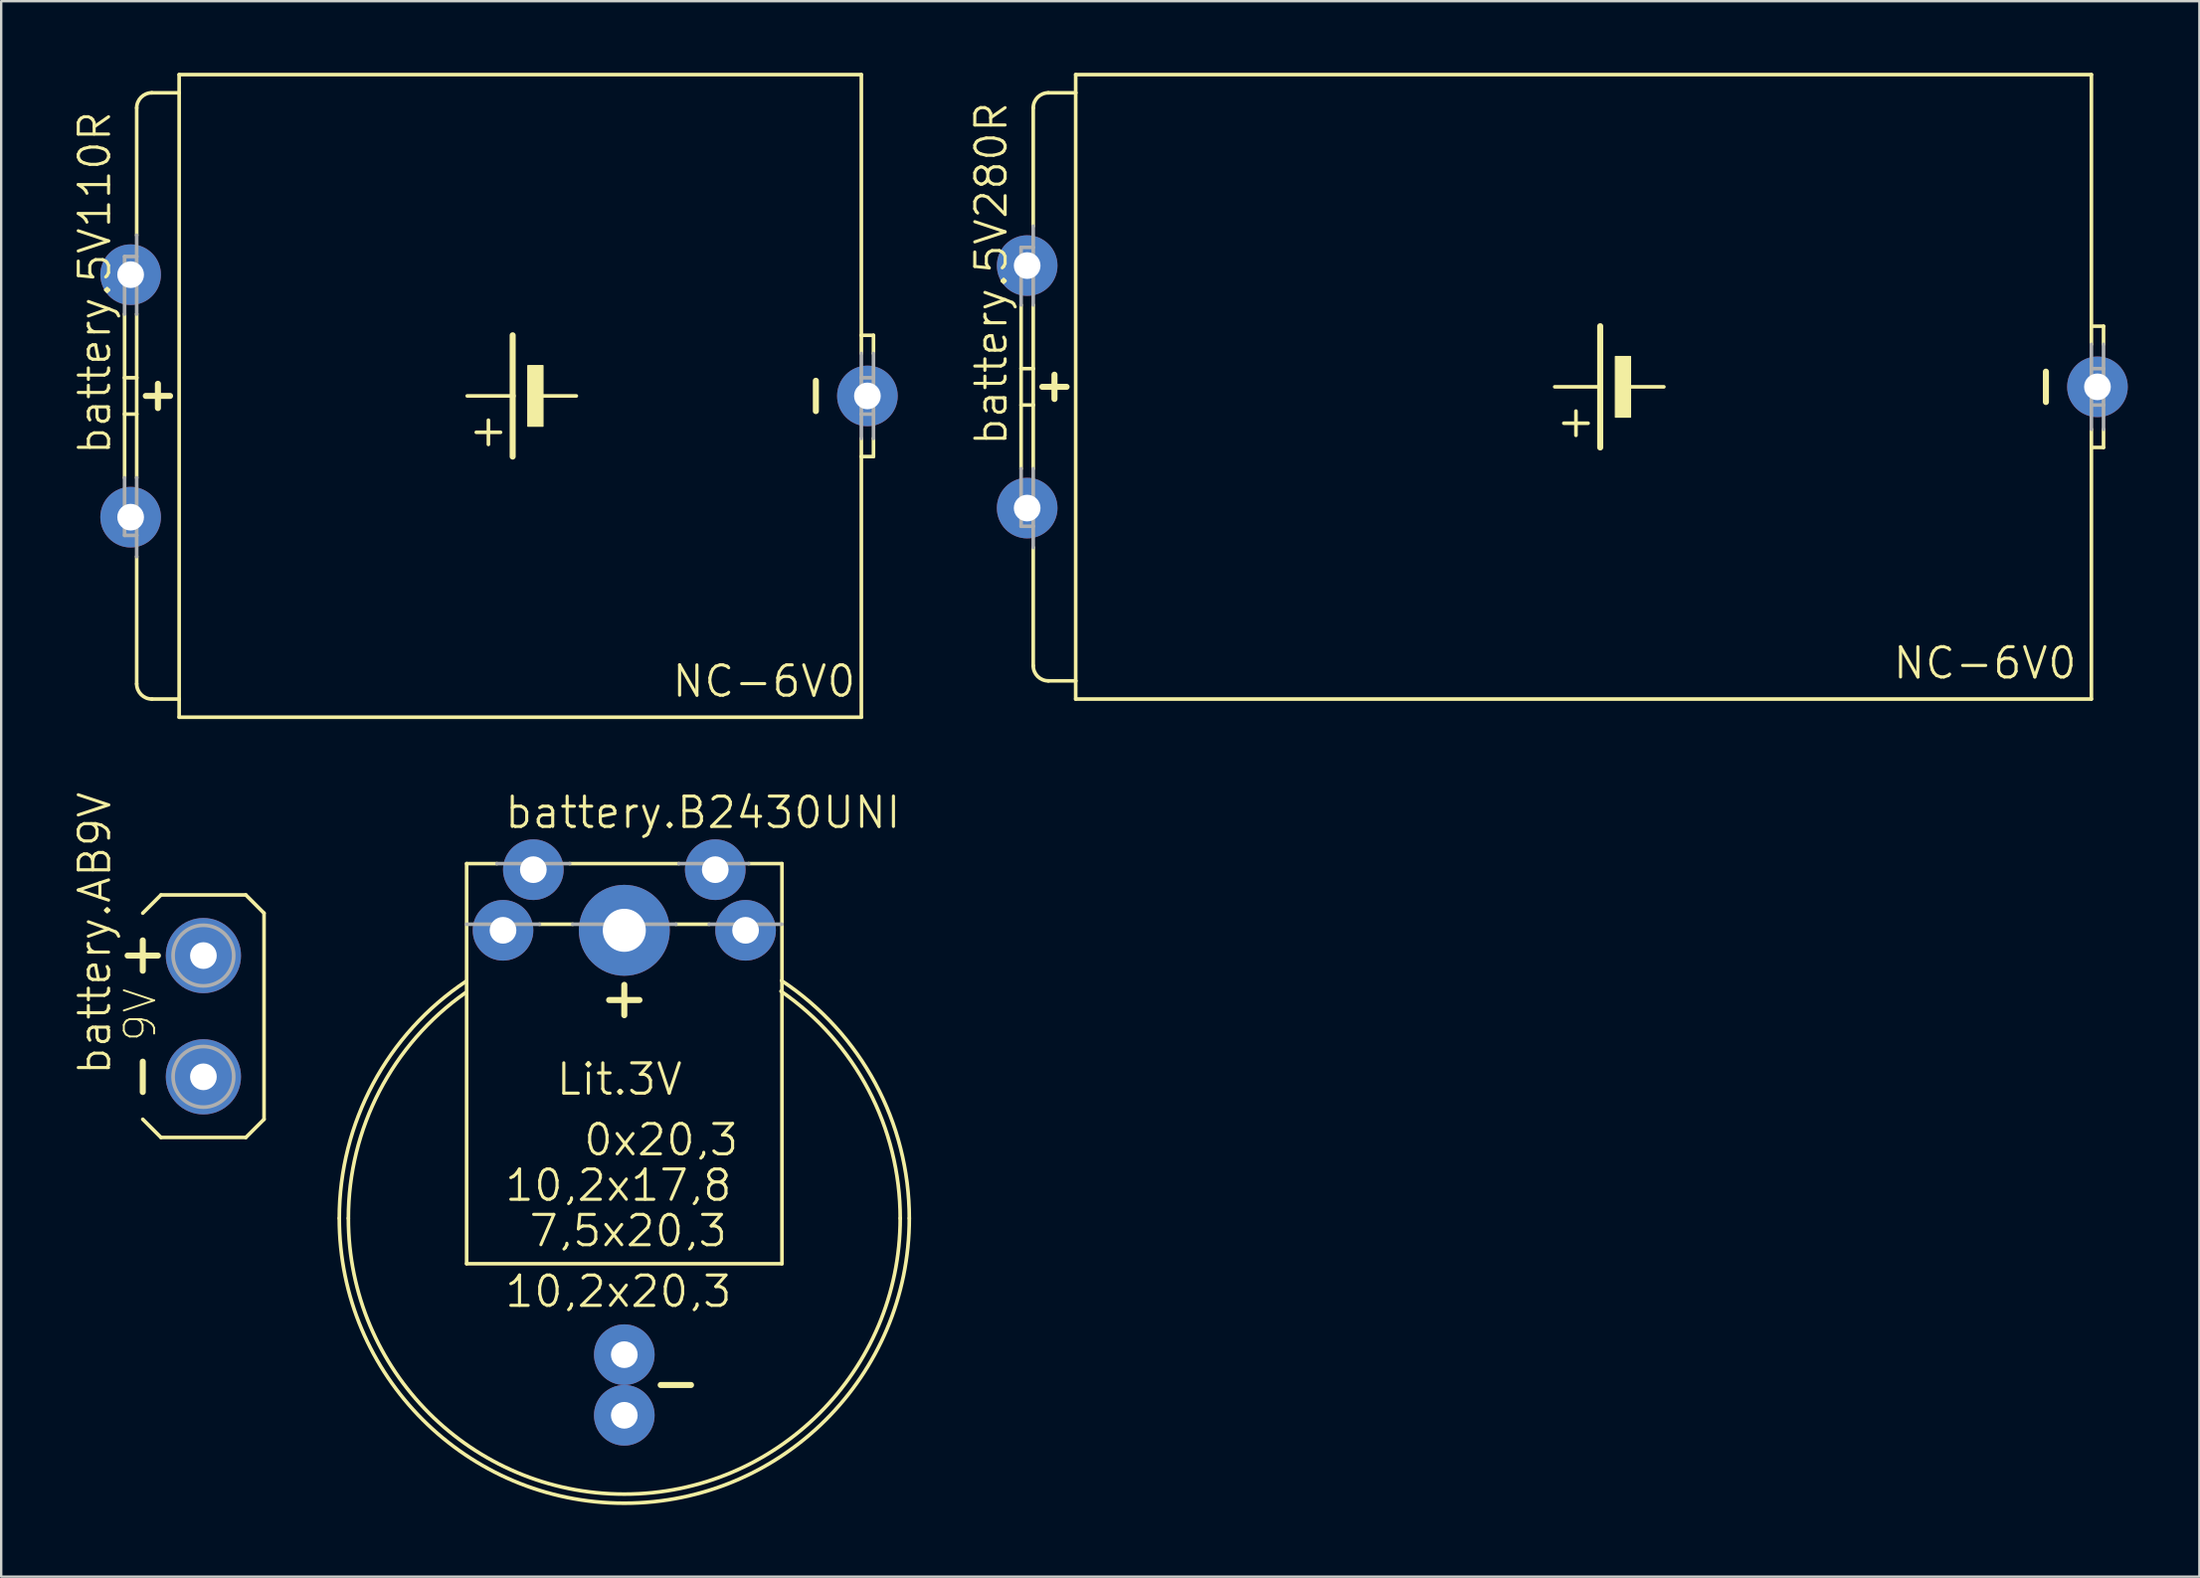
<source format=kicad_pcb>
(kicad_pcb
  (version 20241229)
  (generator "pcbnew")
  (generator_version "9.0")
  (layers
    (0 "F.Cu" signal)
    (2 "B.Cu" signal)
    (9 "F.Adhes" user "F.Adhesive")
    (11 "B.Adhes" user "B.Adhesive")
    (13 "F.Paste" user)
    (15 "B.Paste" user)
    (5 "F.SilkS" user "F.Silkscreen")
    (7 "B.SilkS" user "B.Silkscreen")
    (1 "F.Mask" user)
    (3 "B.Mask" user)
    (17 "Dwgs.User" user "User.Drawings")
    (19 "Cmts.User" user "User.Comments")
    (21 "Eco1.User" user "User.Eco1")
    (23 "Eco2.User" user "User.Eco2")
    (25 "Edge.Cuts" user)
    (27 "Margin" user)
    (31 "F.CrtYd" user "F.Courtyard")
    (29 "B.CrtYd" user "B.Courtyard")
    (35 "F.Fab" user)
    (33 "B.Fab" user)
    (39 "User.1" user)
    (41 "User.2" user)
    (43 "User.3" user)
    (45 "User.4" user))
  (footprint "battery.5V110R"
    (layer "F.Cu")
    (at 17.662 13.538)
    (property "Reference" "battery.5V110R" (at -16.002 2.54 90) (layer "F.SilkS") (effects (font (size 1.27 1.27) (thickness 0.13)) (justify left bottom)))
    (attr through_hole)
    (fp_line (start -15.494 -0.762) (end -15.494 -3.429) (stroke (width 0.152) (type default)) (layer "F.SilkS"))
    (fp_line (start -15.494 0.762) (end -15.494 -0.762) (stroke (width 0.152) (type default)) (layer "F.SilkS"))
    (fp_line (start -15.494 3.429) (end -15.494 0.762) (stroke (width 0.152) (type default)) (layer "F.SilkS"))
    (fp_line (start -14.986 -6.731) (end -14.986 -12.065) (stroke (width 0.152) (type default)) (layer "F.SilkS"))
    (fp_line (start -14.986 -0.762) (end -15.494 -0.762) (stroke (width 0.152) (type default)) (layer "F.SilkS"))
    (fp_line (start -14.986 -0.762) (end -14.986 -3.429) (stroke (width 0.152) (type default)) (layer "F.SilkS"))
    (fp_line (start -14.986 0.762) (end -15.494 0.762) (stroke (width 0.152) (type default)) (layer "F.SilkS"))
    (fp_line (start -14.986 0.762) (end -14.986 -0.762) (stroke (width 0.152) (type default)) (layer "F.SilkS"))
    (fp_line (start -14.986 3.429) (end -14.986 0.762) (stroke (width 0.152) (type default)) (layer "F.SilkS"))
    (fp_line (start -14.986 12.065) (end -14.986 6.731) (stroke (width 0.152) (type default)) (layer "F.SilkS"))
    (fp_line (start -14.605 0) (end -13.589 0) (stroke (width 0.254) (type default)) (layer "F.SilkS"))
    (fp_line (start -14.351 12.7) (end -13.208 12.7) (stroke (width 0.152) (type default)) (layer "F.SilkS"))
    (fp_line (start -14.097 -0.508) (end -14.097 0.508) (stroke (width 0.254) (type default)) (layer "F.SilkS"))
    (fp_line (start -13.208 -13.462) (end -13.208 -12.7) (stroke (width 0.152) (type default)) (layer "F.SilkS"))
    (fp_line (start -13.208 -13.462) (end 15.367 -13.462) (stroke (width 0.152) (type default)) (layer "F.SilkS"))
    (fp_line (start -13.208 -12.7) (end -14.351 -12.7) (stroke (width 0.152) (type default)) (layer "F.SilkS"))
    (fp_line (start -13.208 -12.7) (end -13.208 12.7) (stroke (width 0.152) (type default)) (layer "F.SilkS"))
    (fp_line (start -13.208 12.7) (end -13.208 13.462) (stroke (width 0.152) (type default)) (layer "F.SilkS"))
    (fp_line (start -13.208 13.462) (end 15.367 13.462) (stroke (width 0.152) (type default)) (layer "F.SilkS"))
    (fp_line (start -0.254 2.032) (end -0.254 1.016) (stroke (width 0.152) (type default)) (layer "F.SilkS"))
    (fp_line (start 0.254 1.524) (end -0.762 1.524) (stroke (width 0.152) (type default)) (layer "F.SilkS"))
    (fp_line (start 0.762 0) (end -1.143 0) (stroke (width 0.152) (type default)) (layer "F.SilkS"))
    (fp_line (start 0.762 0) (end 0.762 -2.54) (stroke (width 0.254) (type default)) (layer "F.SilkS"))
    (fp_line (start 0.762 2.54) (end 0.762 0) (stroke (width 0.254) (type default)) (layer "F.SilkS"))
    (fp_line (start 3.429 0) (end 2.032 0) (stroke (width 0.152) (type default)) (layer "F.SilkS"))
    (fp_line (start 13.462 -0.635) (end 13.462 0.635) (stroke (width 0.254) (type default)) (layer "F.SilkS"))
    (fp_line (start 15.367 -2.54) (end 15.367 -13.462) (stroke (width 0.152) (type default)) (layer "F.SilkS"))
    (fp_line (start 15.367 -1.778) (end 15.367 -2.54) (stroke (width 0.152) (type default)) (layer "F.SilkS"))
    (fp_line (start 15.367 2.54) (end 15.367 1.778) (stroke (width 0.152) (type default)) (layer "F.SilkS"))
    (fp_line (start 15.367 13.462) (end 15.367 2.54) (stroke (width 0.152) (type default)) (layer "F.SilkS"))
    (fp_line (start 15.875 -2.54) (end 15.367 -2.54) (stroke (width 0.152) (type default)) (layer "F.SilkS"))
    (fp_line (start 15.875 -1.778) (end 15.875 -2.54) (stroke (width 0.152) (type default)) (layer "F.SilkS"))
    (fp_line (start 15.875 1.778) (end 15.875 2.54) (stroke (width 0.152) (type default)) (layer "F.SilkS"))
    (fp_line (start 15.875 2.54) (end 15.367 2.54) (stroke (width 0.152) (type default)) (layer "F.SilkS"))
    (fp_rect (start 1.397 1.27) (end 2.032 -1.27) (stroke (width 0.05) (type default)) (fill yes) (layer "F.SilkS"))
    (fp_arc (start -14.986 -12.065) (mid -14.800013 -12.514013) (end -14.351 -12.7) (stroke (width 0.1524) (type default)) (layer "F.SilkS"))
    (fp_arc (start -14.351 12.7) (mid -14.800013 12.514013) (end -14.986 12.065) (stroke (width 0.1524) (type default)) (layer "F.SilkS"))
    (fp_line (start -15.494 -3.429) (end -15.494 -5.842) (stroke (width 0.152) (type default)) (layer "F.Fab"))
    (fp_line (start -15.494 5.842) (end -15.494 3.429) (stroke (width 0.152) (type default)) (layer "F.Fab"))
    (fp_line (start -14.986 -5.842) (end -15.494 -5.842) (stroke (width 0.152) (type default)) (layer "F.Fab"))
    (fp_line (start -14.986 -5.842) (end -14.986 -6.731) (stroke (width 0.152) (type default)) (layer "F.Fab"))
    (fp_line (start -14.986 -3.429) (end -14.986 -5.842) (stroke (width 0.152) (type default)) (layer "F.Fab"))
    (fp_line (start -14.986 5.842) (end -15.494 5.842) (stroke (width 0.152) (type default)) (layer "F.Fab"))
    (fp_line (start -14.986 5.842) (end -14.986 3.429) (stroke (width 0.152) (type default)) (layer "F.Fab"))
    (fp_line (start -14.986 6.731) (end -14.986 5.842) (stroke (width 0.152) (type default)) (layer "F.Fab"))
    (fp_line (start 15.367 -0.762) (end 15.367 -1.778) (stroke (width 0.152) (type default)) (layer "F.Fab"))
    (fp_line (start 15.367 0.762) (end 15.367 -0.762) (stroke (width 0.152) (type default)) (layer "F.Fab"))
    (fp_line (start 15.367 1.778) (end 15.367 0.762) (stroke (width 0.152) (type default)) (layer "F.Fab"))
    (fp_line (start 15.875 -0.762) (end 15.367 -0.762) (stroke (width 0.152) (type default)) (layer "F.Fab"))
    (fp_line (start 15.875 -0.762) (end 15.875 -1.778) (stroke (width 0.152) (type default)) (layer "F.Fab"))
    (fp_line (start 15.875 0.762) (end 15.367 0.762) (stroke (width 0.152) (type default)) (layer "F.Fab"))
    (fp_line (start 15.875 0.762) (end 15.875 -0.762) (stroke (width 0.152) (type default)) (layer "F.Fab"))
    (fp_line (start 15.875 1.778) (end 15.875 0.762) (stroke (width 0.152) (type default)) (layer "F.Fab"))
    (fp_text user "NC-6V0" (at 7.366 12.7 0) (layer "F.SilkS") (effects (font (size 1.27 1.27) (thickness 0.13)) (justify left bottom)))
    (pad "+" thru_hole circle (at -15.24 5.08) (size 2.54 2.54) (drill 1.118) (layers "*.Cu" "*.Mask"))
    (pad "+@1" thru_hole circle (at -15.24 -5.08) (size 2.54 2.54) (drill 1.118) (layers "*.Cu" "*.Mask"))
    (pad "-" thru_hole circle (at 15.621 0) (size 2.54 2.54) (drill 1.118) (layers "*.Cu" "*.Mask")))
  (footprint "battery.AB9V"
    (layer "F.Cu")
    (at 5.47 39.526)
    (property "Reference" "battery.AB9V" (at -3.81 2.54 90) (layer "F.SilkS") (effects (font (size 1.27 1.27) (thickness 0.13)) (justify left bottom)))
    (attr through_hole)
    (fp_line (start -2.54 -4.318) (end -1.778 -5.08) (stroke (width 0.152) (type default)) (layer "F.SilkS"))
    (fp_line (start -2.54 -1.905) (end -2.54 -3.175) (stroke (width 0.254) (type default)) (layer "F.SilkS"))
    (fp_line (start -2.54 3.175) (end -2.54 1.905) (stroke (width 0.254) (type default)) (layer "F.SilkS"))
    (fp_line (start -2.54 4.318) (end -1.778 5.08) (stroke (width 0.152) (type default)) (layer "F.SilkS"))
    (fp_line (start -1.905 -2.54) (end -3.175 -2.54) (stroke (width 0.254) (type default)) (layer "F.SilkS"))
    (fp_line (start -1.778 -5.08) (end 1.778 -5.08) (stroke (width 0.152) (type default)) (layer "F.SilkS"))
    (fp_line (start 1.778 5.08) (end -1.778 5.08) (stroke (width 0.152) (type default)) (layer "F.SilkS"))
    (fp_line (start 1.778 5.08) (end 2.54 4.318) (stroke (width 0.152) (type default)) (layer "F.SilkS"))
    (fp_line (start 2.54 -4.318) (end 1.778 -5.08) (stroke (width 0.152) (type default)) (layer "F.SilkS"))
    (fp_line (start 2.54 -4.318) (end 2.54 4.318) (stroke (width 0.152) (type default)) (layer "F.SilkS"))
    (fp_circle (center 0 -2.54) (end 1.27 -2.54) (stroke (width 0.152) (type default)) (fill no) (layer "F.Fab"))
    (fp_circle (center 0 2.54) (end 1.27 2.54) (stroke (width 0.152) (type default)) (fill no) (layer "F.Fab"))
    (fp_text user "9V" (at -1.905 1.143 90) (layer "F.SilkS") (effects (font (size 1.27 1.27) (thickness 0.08)) (justify left bottom)))
    (pad "+" thru_hole circle (at 0 -2.54) (size 3.15 3.15) (drill 1.118) (layers "*.Cu" "*.Mask"))
    (pad "-" thru_hole circle (at 0 2.54) (size 3.15 3.15) (drill 1.118) (layers "*.Cu" "*.Mask")))
  (footprint "battery.B2430UNI"
    (layer "F.Cu")
    (at 23.1 47.992)
    (property "Reference" "battery.B2430UNI" (at -5.08 -16.256 0) (layer "F.SilkS") (effects (font (size 1.27 1.27) (thickness 0.13)) (justify left bottom)))
    (attr through_hole)
    (fp_line (start -6.604 -14.859) (end -6.604 1.905) (stroke (width 0.152) (type default)) (layer "F.SilkS"))
    (fp_line (start -6.604 -14.859) (end -5.334 -14.859) (stroke (width 0.152) (type default)) (layer "F.SilkS"))
    (fp_line (start -6.604 1.905) (end 6.604 1.905) (stroke (width 0.152) (type default)) (layer "F.SilkS"))
    (fp_line (start -2.159 -12.319) (end -3.556 -12.319) (stroke (width 0.152) (type default)) (layer "F.SilkS"))
    (fp_line (start -0.635 -9.144) (end 0.635 -9.144) (stroke (width 0.254) (type default)) (layer "F.SilkS"))
    (fp_line (start 0 -9.779) (end 0 -8.509) (stroke (width 0.254) (type default)) (layer "F.SilkS"))
    (fp_line (start 1.524 6.985) (end 2.794 6.985) (stroke (width 0.254) (type default)) (layer "F.SilkS"))
    (fp_line (start 2.286 -14.859) (end -2.286 -14.859) (stroke (width 0.152) (type default)) (layer "F.SilkS"))
    (fp_line (start 3.556 -12.319) (end 2.159 -12.319) (stroke (width 0.152) (type default)) (layer "F.SilkS"))
    (fp_line (start 6.604 -14.859) (end 5.207 -14.859) (stroke (width 0.152) (type default)) (layer "F.SilkS"))
    (fp_line (start 6.604 1.905) (end 6.604 -14.859) (stroke (width 0.152) (type default)) (layer "F.SilkS"))
    (fp_arc (start -11.938 0) (mid -10.525423 -5.633032) (end -6.622 -9.933) (stroke (width 0.1524) (type default)) (layer "F.SilkS"))
    (fp_arc (start -11.557 0) (mid -10.258374 -5.322645) (end -6.6543 -9.4491) (stroke (width 0.1524) (type default)) (layer "F.SilkS"))
    (fp_arc (start 6.5644 -9.5117) (mid 10.233049 -5.371191) (end 11.5571 0) (stroke (width 0.1524) (type default)) (layer "F.SilkS"))
    (fp_arc (start 6.5882 -9.9555) (mid 10.515846 -5.65094) (end 11.938 0) (stroke (width 0.1524) (type default)) (layer "F.SilkS"))
    (fp_arc (start 11.557 0) (mid 0 11.557) (end -11.557 0) (stroke (width 0.1524) (type default)) (layer "F.SilkS"))
    (fp_arc (start 11.938 0) (mid 0 11.938) (end -11.938 0) (stroke (width 0.1524) (type default)) (layer "F.SilkS"))
    (fp_line (start -3.556 -12.319) (end -6.604 -12.319) (stroke (width 0.152) (type default)) (layer "F.Fab"))
    (fp_line (start -2.286 -14.859) (end -5.334 -14.859) (stroke (width 0.152) (type default)) (layer "F.Fab"))
    (fp_line (start 2.159 -12.319) (end -2.159 -12.319) (stroke (width 0.152) (type default)) (layer "F.Fab"))
    (fp_line (start 5.207 -14.859) (end 2.286 -14.859) (stroke (width 0.152) (type default)) (layer "F.Fab"))
    (fp_line (start 6.604 -12.319) (end 3.556 -12.319) (stroke (width 0.152) (type default)) (layer "F.Fab"))
    (fp_text user "10,2x17,8" (at -5.08 -0.635 0) (layer "F.SilkS") (effects (font (size 1.27 1.27) (thickness 0.13)) (justify left bottom)))
    (fp_text user "0x20,3" (at -1.778 -2.54 0) (layer "F.SilkS") (effects (font (size 1.27 1.27) (thickness 0.13)) (justify left bottom)))
    (fp_text user "10,2x20,3" (at -5.08 3.81 0) (layer "F.SilkS") (effects (font (size 1.27 1.27) (thickness 0.13)) (justify left bottom)))
    (fp_text user "7,5x20,3" (at -4.064 1.27 0) (layer "F.SilkS") (effects (font (size 1.27 1.27) (thickness 0.13)) (justify left bottom)))
    (fp_text user "Lit.3V" (at -2.921 -5.08 0) (layer "F.SilkS") (effects (font (size 1.27 1.27) (thickness 0.13)) (justify left bottom)))
    (pad "+" thru_hole circle (at 3.81 -14.605) (size 2.54 2.54) (drill 1.118) (layers "*.Cu" "*.Mask"))
    (pad "+@1" thru_hole circle (at -3.81 -14.605) (size 2.54 2.54) (drill 1.118) (layers "*.Cu" "*.Mask"))
    (pad "+@2" thru_hole circle (at -5.08 -12.065) (size 2.54 2.54) (drill 1.118) (layers "*.Cu" "*.Mask"))
    (pad "+@3" thru_hole circle (at 5.08 -12.065) (size 2.54 2.54) (drill 1.118) (layers "*.Cu" "*.Mask"))
    (pad "+@4" thru_hole circle (at 0 -12.065) (size 3.81 3.81) (drill 1.803) (layers "*.Cu" "*.Mask"))
    (pad "-" thru_hole circle (at 0 5.715) (size 2.54 2.54) (drill 1.118) (layers "*.Cu" "*.Mask"))
    (pad "-@1" thru_hole circle (at 0 8.255) (size 2.54 2.54) (drill 1.118) (layers "*.Cu" "*.Mask")))
  (footprint "battery.5V280R"
    (layer "F.Cu")
    (at 62.835 13.157)
    (property "Reference" "battery.5V280R" (at -23.622 2.54 90) (layer "F.SilkS") (effects (font (size 1.27 1.27) (thickness 0.13)) (justify left bottom)))
    (attr through_hole)
    (fp_line (start -23.114 -0.762) (end -23.114 -3.429) (stroke (width 0.152) (type default)) (layer "F.SilkS"))
    (fp_line (start -23.114 0.762) (end -23.114 -0.762) (stroke (width 0.152) (type default)) (layer "F.SilkS"))
    (fp_line (start -23.114 3.429) (end -23.114 0.762) (stroke (width 0.152) (type default)) (layer "F.SilkS"))
    (fp_line (start -22.606 -6.731) (end -22.606 -11.684) (stroke (width 0.152) (type default)) (layer "F.SilkS"))
    (fp_line (start -22.606 -0.762) (end -23.114 -0.762) (stroke (width 0.152) (type default)) (layer "F.SilkS"))
    (fp_line (start -22.606 -0.762) (end -22.606 -3.429) (stroke (width 0.152) (type default)) (layer "F.SilkS"))
    (fp_line (start -22.606 0.762) (end -23.114 0.762) (stroke (width 0.152) (type default)) (layer "F.SilkS"))
    (fp_line (start -22.606 0.762) (end -22.606 -0.762) (stroke (width 0.152) (type default)) (layer "F.SilkS"))
    (fp_line (start -22.606 3.429) (end -22.606 0.762) (stroke (width 0.152) (type default)) (layer "F.SilkS"))
    (fp_line (start -22.606 11.684) (end -22.606 6.731) (stroke (width 0.152) (type default)) (layer "F.SilkS"))
    (fp_line (start -22.225 0) (end -21.209 0) (stroke (width 0.254) (type default)) (layer "F.SilkS"))
    (fp_line (start -21.971 12.319) (end -20.828 12.319) (stroke (width 0.152) (type default)) (layer "F.SilkS"))
    (fp_line (start -21.717 -0.508) (end -21.717 0.508) (stroke (width 0.254) (type default)) (layer "F.SilkS"))
    (fp_line (start -20.828 -13.081) (end -20.828 -12.319) (stroke (width 0.152) (type default)) (layer "F.SilkS"))
    (fp_line (start -20.828 -13.081) (end 21.717 -13.081) (stroke (width 0.152) (type default)) (layer "F.SilkS"))
    (fp_line (start -20.828 -12.319) (end -21.971 -12.319) (stroke (width 0.152) (type default)) (layer "F.SilkS"))
    (fp_line (start -20.828 -12.319) (end -20.828 12.319) (stroke (width 0.152) (type default)) (layer "F.SilkS"))
    (fp_line (start -20.828 12.319) (end -20.828 13.081) (stroke (width 0.152) (type default)) (layer "F.SilkS"))
    (fp_line (start -20.828 13.081) (end 21.717 13.081) (stroke (width 0.152) (type default)) (layer "F.SilkS"))
    (fp_line (start 0.127 2.032) (end 0.127 1.016) (stroke (width 0.152) (type default)) (layer "F.SilkS"))
    (fp_line (start 0.635 1.524) (end -0.381 1.524) (stroke (width 0.152) (type default)) (layer "F.SilkS"))
    (fp_line (start 1.143 0) (end -0.762 0) (stroke (width 0.152) (type default)) (layer "F.SilkS"))
    (fp_line (start 1.143 0) (end 1.143 -2.54) (stroke (width 0.254) (type default)) (layer "F.SilkS"))
    (fp_line (start 1.143 2.54) (end 1.143 0) (stroke (width 0.254) (type default)) (layer "F.SilkS"))
    (fp_line (start 3.81 0) (end 2.413 0) (stroke (width 0.152) (type default)) (layer "F.SilkS"))
    (fp_line (start 19.812 -0.635) (end 19.812 0.635) (stroke (width 0.254) (type default)) (layer "F.SilkS"))
    (fp_line (start 21.717 -2.54) (end 21.717 -13.081) (stroke (width 0.152) (type default)) (layer "F.SilkS"))
    (fp_line (start 21.717 -1.778) (end 21.717 -2.54) (stroke (width 0.152) (type default)) (layer "F.SilkS"))
    (fp_line (start 21.717 2.54) (end 21.717 1.778) (stroke (width 0.152) (type default)) (layer "F.SilkS"))
    (fp_line (start 21.717 13.081) (end 21.717 2.54) (stroke (width 0.152) (type default)) (layer "F.SilkS"))
    (fp_line (start 22.225 -2.54) (end 21.717 -2.54) (stroke (width 0.152) (type default)) (layer "F.SilkS"))
    (fp_line (start 22.225 -1.778) (end 22.225 -2.54) (stroke (width 0.152) (type default)) (layer "F.SilkS"))
    (fp_line (start 22.225 1.778) (end 22.225 2.54) (stroke (width 0.152) (type default)) (layer "F.SilkS"))
    (fp_line (start 22.225 2.54) (end 21.717 2.54) (stroke (width 0.152) (type default)) (layer "F.SilkS"))
    (fp_rect (start 1.778 1.27) (end 2.413 -1.27) (stroke (width 0.05) (type default)) (fill yes) (layer "F.SilkS"))
    (fp_arc (start -22.606 -11.684) (mid -22.420013 -12.133013) (end -21.971 -12.319) (stroke (width 0.1524) (type default)) (layer "F.SilkS"))
    (fp_arc (start -21.971 12.319) (mid -22.420013 12.133013) (end -22.606 11.684) (stroke (width 0.1524) (type default)) (layer "F.SilkS"))
    (fp_line (start -23.114 -3.429) (end -23.114 -5.842) (stroke (width 0.152) (type default)) (layer "F.Fab"))
    (fp_line (start -23.114 5.842) (end -23.114 3.429) (stroke (width 0.152) (type default)) (layer "F.Fab"))
    (fp_line (start -22.606 -5.842) (end -23.114 -5.842) (stroke (width 0.152) (type default)) (layer "F.Fab"))
    (fp_line (start -22.606 -5.842) (end -22.606 -6.731) (stroke (width 0.152) (type default)) (layer "F.Fab"))
    (fp_line (start -22.606 -3.429) (end -22.606 -5.842) (stroke (width 0.152) (type default)) (layer "F.Fab"))
    (fp_line (start -22.606 5.842) (end -23.114 5.842) (stroke (width 0.152) (type default)) (layer "F.Fab"))
    (fp_line (start -22.606 5.842) (end -22.606 3.429) (stroke (width 0.152) (type default)) (layer "F.Fab"))
    (fp_line (start -22.606 6.731) (end -22.606 5.842) (stroke (width 0.152) (type default)) (layer "F.Fab"))
    (fp_line (start 21.717 -0.762) (end 21.717 -1.778) (stroke (width 0.152) (type default)) (layer "F.Fab"))
    (fp_line (start 21.717 0.762) (end 21.717 -0.762) (stroke (width 0.152) (type default)) (layer "F.Fab"))
    (fp_line (start 21.717 1.778) (end 21.717 0.762) (stroke (width 0.152) (type default)) (layer "F.Fab"))
    (fp_line (start 22.225 -0.762) (end 21.717 -0.762) (stroke (width 0.152) (type default)) (layer "F.Fab"))
    (fp_line (start 22.225 -0.762) (end 22.225 -1.778) (stroke (width 0.152) (type default)) (layer "F.Fab"))
    (fp_line (start 22.225 0.762) (end 21.717 0.762) (stroke (width 0.152) (type default)) (layer "F.Fab"))
    (fp_line (start 22.225 0.762) (end 22.225 -0.762) (stroke (width 0.152) (type default)) (layer "F.Fab"))
    (fp_line (start 22.225 1.778) (end 22.225 0.762) (stroke (width 0.152) (type default)) (layer "F.Fab"))
    (fp_text user "NC-6V0" (at 13.335 12.319 0) (layer "F.SilkS") (effects (font (size 1.27 1.27) (thickness 0.13)) (justify left bottom)))
    (pad "+" thru_hole circle (at -22.86 5.08) (size 2.54 2.54) (drill 1.118) (layers "*.Cu" "*.Mask"))
    (pad "+@1" thru_hole circle (at -22.86 -5.08) (size 2.54 2.54) (drill 1.118) (layers "*.Cu" "*.Mask"))
    (pad "-" thru_hole circle (at 21.971 0) (size 2.54 2.54) (drill 1.118) (layers "*.Cu" "*.Mask")))
  (gr_rect
    (start -3 -3)
    (end 89.076 63.007)
    (stroke (width 0.1) (type default))
    (fill no)
    (layer "Edge.Cuts")))
</source>
